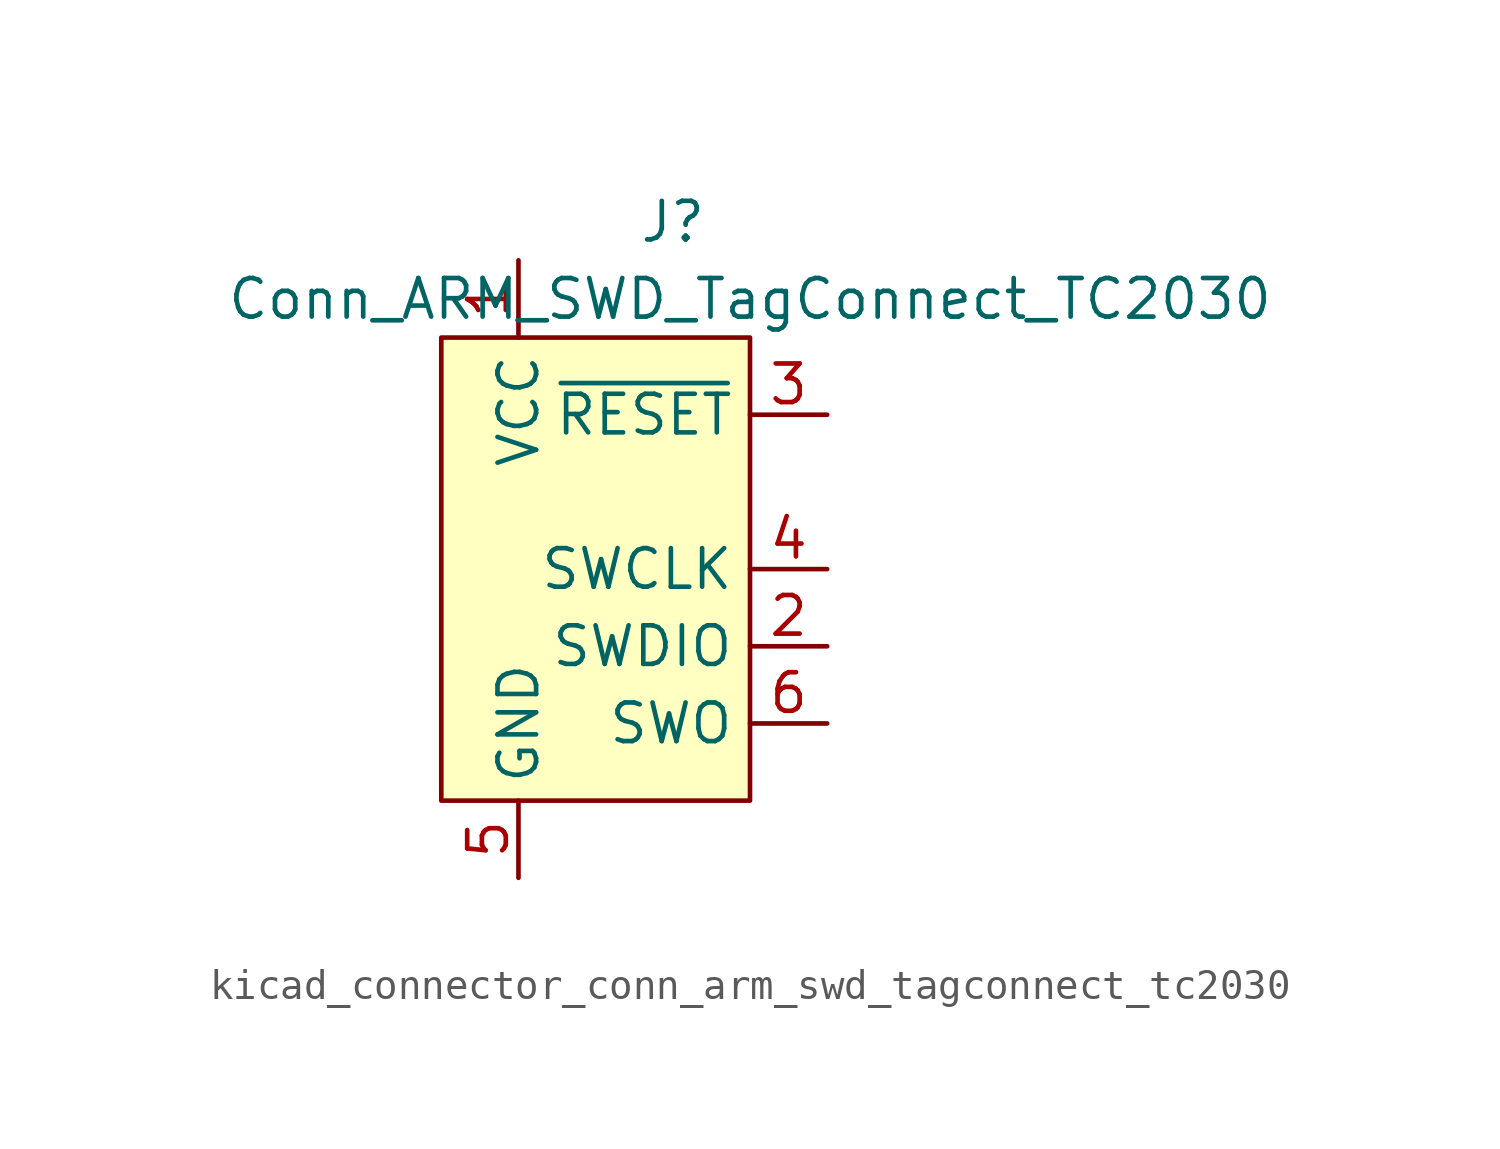
<source format=kicad_sym>
(kicad_symbol_lib
  (version 20220914)
  (generator kicad_symbol_editor)
  (symbol "kicad_connector_conn_arm_swd_tagconnect_tc2030"
    (property "Reference" "J"
      (at 2.54 11.43 0)
      (effects (font (size 1.27 1.27))))
    (property "Value" "Conn_ARM_SWD_TagConnect_TC2030"
      (at 5.08 8.89 0)
      (effects (font (size 1.27 1.27))))
    (symbol "kicad_connector_conn_arm_swd_tagconnect_tc2030_0_0"
      (pin power_in line (at -2.54 10.16 270) (length 2.54) (name "VCC" (effects (font (size 1.27 1.27)))) (number "1" (effects (font (size 1.27 1.27)))))
      (pin bidirectional line (at 7.62 -2.54 180) (length 2.54) (name "SWDIO" (effects (font (size 1.27 1.27)))) (number "2" (effects (font (size 1.27 1.27)))) (alternate "TMS" bidirectional line))
      (pin open_collector line (at 7.62 5.08 180) (length 2.54) (name "~{RESET}" (effects (font (size 1.27 1.27)))) (number "3" (effects (font (size 1.27 1.27)))))
      (pin output line (at 7.62 0 180) (length 2.54) (name "SWCLK" (effects (font (size 1.27 1.27)))) (number "4" (effects (font (size 1.27 1.27)))) (alternate "TCK" output line))
      (pin power_in line (at -2.54 -10.16 90) (length 2.54) (name "GND" (effects (font (size 1.27 1.27)))) (number "5" (effects (font (size 1.27 1.27)))))
      (pin input line (at 7.62 -5.08 180) (length 2.54) (name "SWO" (effects (font (size 1.27 1.27)))) (number "6" (effects (font (size 1.27 1.27)))) (alternate "TDO" input line)))
    (symbol "kicad_connector_conn_arm_swd_tagconnect_tc2030_0_1"
      (rectangle (start -5.08 7.62) (end 5.08 -7.62) (stroke (width 0) (type default)) (fill (type background))))))
</source>
